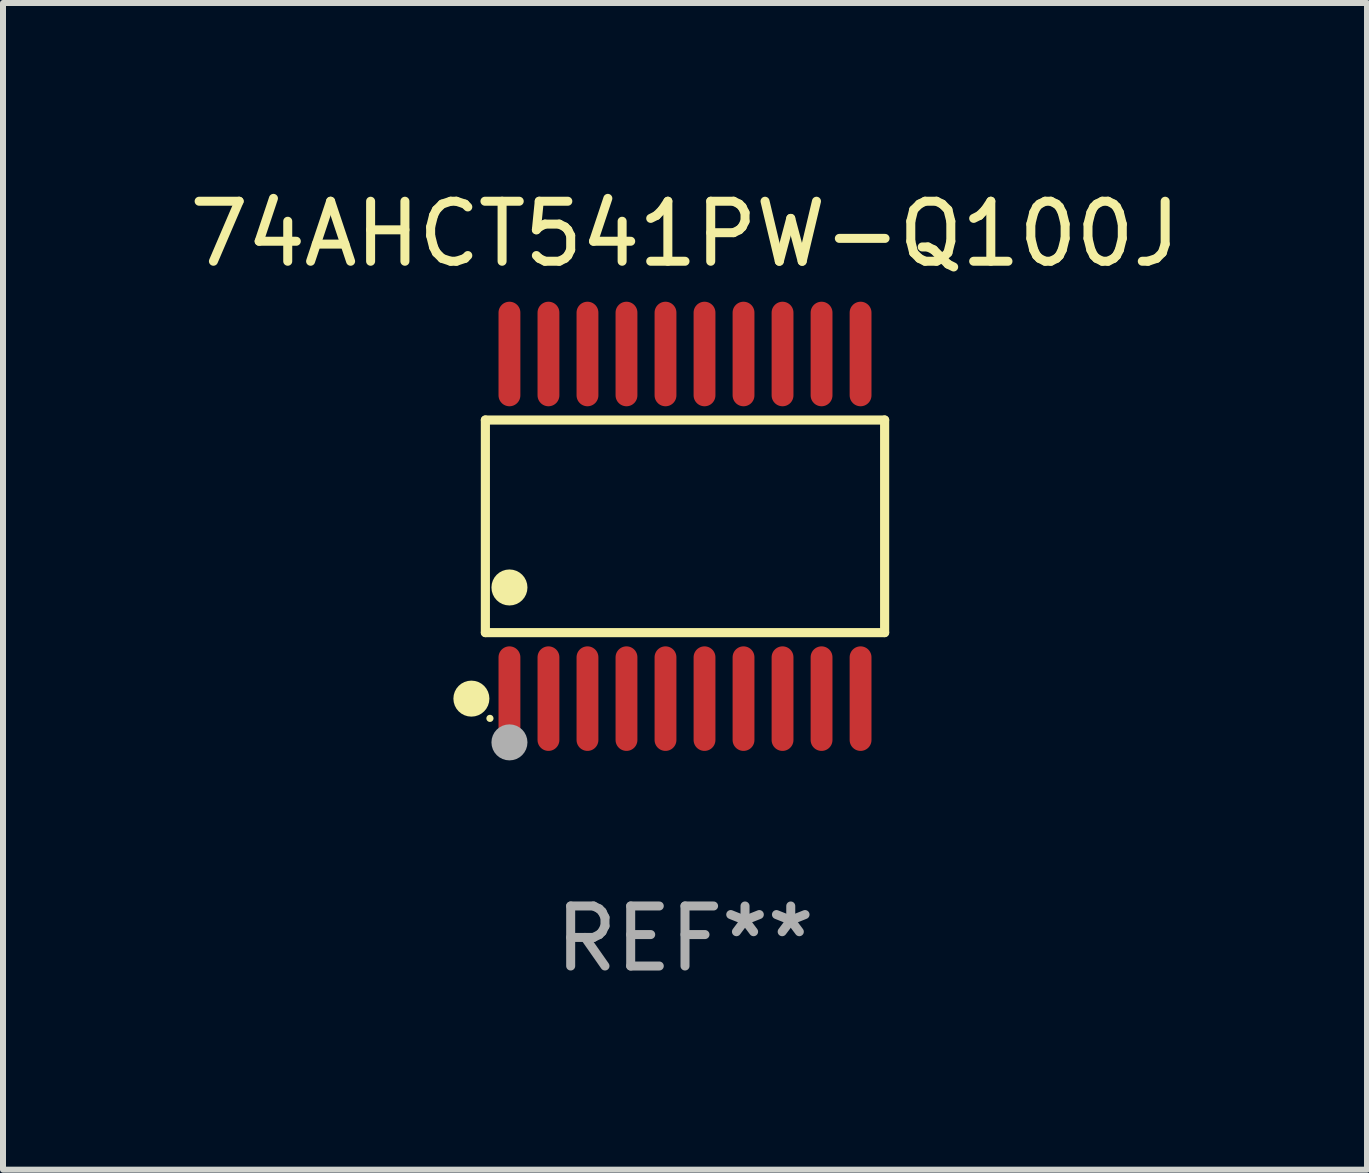
<source format=kicad_pcb>
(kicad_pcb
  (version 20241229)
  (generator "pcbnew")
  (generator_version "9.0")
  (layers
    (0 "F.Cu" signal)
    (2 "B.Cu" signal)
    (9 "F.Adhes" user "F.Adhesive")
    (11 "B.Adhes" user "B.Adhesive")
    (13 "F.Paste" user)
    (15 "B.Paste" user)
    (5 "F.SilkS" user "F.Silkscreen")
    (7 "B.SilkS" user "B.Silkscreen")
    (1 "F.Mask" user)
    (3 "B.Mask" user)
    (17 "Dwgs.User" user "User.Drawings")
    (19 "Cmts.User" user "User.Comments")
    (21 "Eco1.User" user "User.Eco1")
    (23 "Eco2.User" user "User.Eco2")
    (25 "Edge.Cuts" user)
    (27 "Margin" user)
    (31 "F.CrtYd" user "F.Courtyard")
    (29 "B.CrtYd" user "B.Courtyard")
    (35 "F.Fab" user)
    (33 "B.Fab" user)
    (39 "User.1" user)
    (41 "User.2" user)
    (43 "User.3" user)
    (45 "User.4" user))
  (footprint "74AHCT541PW-Q100J"
    (layer "F.Cu")
    (at 8.363 5.719)
    (property "Reference" "74AHCT541PW-Q100J" (at 0 -4.871 0) (layer "F.SilkS") (effects (font (size 1 1) (thickness 0.15))))
    (attr through_hole)
    (fp_line (start -3.326 -1.771) (end 3.326 -1.771) (stroke (width 0.152) (type solid)) (layer "F.SilkS"))
    (fp_line (start -3.326 1.771) (end -3.326 -1.771) (stroke (width 0.152) (type solid)) (layer "F.SilkS"))
    (fp_line (start 3.326 -1.771) (end 3.326 1.771) (stroke (width 0.152) (type solid)) (layer "F.SilkS"))
    (fp_line (start 3.326 1.771) (end -3.326 1.771) (stroke (width 0.152) (type solid)) (layer "F.SilkS"))
    (fp_circle (center -3.559 2.871) (end -3.409 2.871) (stroke (width 0.3) (type solid)) (fill no) (layer "F.SilkS"))
    (fp_circle (center -3.25 3.2) (end -3.22 3.2) (stroke (width 0.06) (type solid)) (fill no) (layer "F.SilkS"))
    (fp_circle (center -2.925 1.019) (end -2.775 1.019) (stroke (width 0.3) (type solid)) (fill no) (layer "F.SilkS"))
    (fp_circle (center -2.925 3.6) (end -2.775 3.6) (stroke (width 0.3) (type solid)) (fill no) (layer "F.Fab"))
    (fp_text user "REF**" (at 0 6.871 0) (layer "F.Fab") (effects (font (size 1 1) (thickness 0.15))))
    (pad "1" smd oval (at -2.925 2.871) (size 0.364 1.742) (layers "F.Cu" "F.Mask" "F.Paste"))
    (pad "2" smd oval (at -2.275 2.871) (size 0.364 1.742) (layers "F.Cu" "F.Mask" "F.Paste"))
    (pad "3" smd oval (at -1.625 2.871) (size 0.364 1.742) (layers "F.Cu" "F.Mask" "F.Paste"))
    (pad "4" smd oval (at -0.975 2.871) (size 0.364 1.742) (layers "F.Cu" "F.Mask" "F.Paste"))
    (pad "5" smd oval (at -0.325 2.871) (size 0.364 1.742) (layers "F.Cu" "F.Mask" "F.Paste"))
    (pad "6" smd oval (at 0.325 2.871) (size 0.364 1.742) (layers "F.Cu" "F.Mask" "F.Paste"))
    (pad "7" smd oval (at 0.975 2.871) (size 0.364 1.742) (layers "F.Cu" "F.Mask" "F.Paste"))
    (pad "8" smd oval (at 1.625 2.871) (size 0.364 1.742) (layers "F.Cu" "F.Mask" "F.Paste"))
    (pad "9" smd oval (at 2.275 2.871) (size 0.364 1.742) (layers "F.Cu" "F.Mask" "F.Paste"))
    (pad "10" smd oval (at 2.925 2.871) (size 0.364 1.742) (layers "F.Cu" "F.Mask" "F.Paste"))
    (pad "11" smd oval (at 2.925 -2.871) (size 0.364 1.742) (layers "F.Cu" "F.Mask" "F.Paste"))
    (pad "12" smd oval (at 2.275 -2.871) (size 0.364 1.742) (layers "F.Cu" "F.Mask" "F.Paste"))
    (pad "13" smd oval (at 1.625 -2.871) (size 0.364 1.742) (layers "F.Cu" "F.Mask" "F.Paste"))
    (pad "14" smd oval (at 0.975 -2.871) (size 0.364 1.742) (layers "F.Cu" "F.Mask" "F.Paste"))
    (pad "15" smd oval (at 0.325 -2.871) (size 0.364 1.742) (layers "F.Cu" "F.Mask" "F.Paste"))
    (pad "16" smd oval (at -0.325 -2.871) (size 0.364 1.742) (layers "F.Cu" "F.Mask" "F.Paste"))
    (pad "17" smd oval (at -0.975 -2.871) (size 0.364 1.742) (layers "F.Cu" "F.Mask" "F.Paste"))
    (pad "18" smd oval (at -1.625 -2.871) (size 0.364 1.742) (layers "F.Cu" "F.Mask" "F.Paste"))
    (pad "19" smd oval (at -2.275 -2.871) (size 0.364 1.742) (layers "F.Cu" "F.Mask" "F.Paste"))
    (pad "20" smd oval (at -2.925 -2.871) (size 0.364 1.742) (layers "F.Cu" "F.Mask" "F.Paste")))
  (gr_rect
    (start -3 -3)
    (end 19.726 16.438)
    (stroke (width 0.1) (type default))
    (fill no)
    (layer "Edge.Cuts")))
</source>
